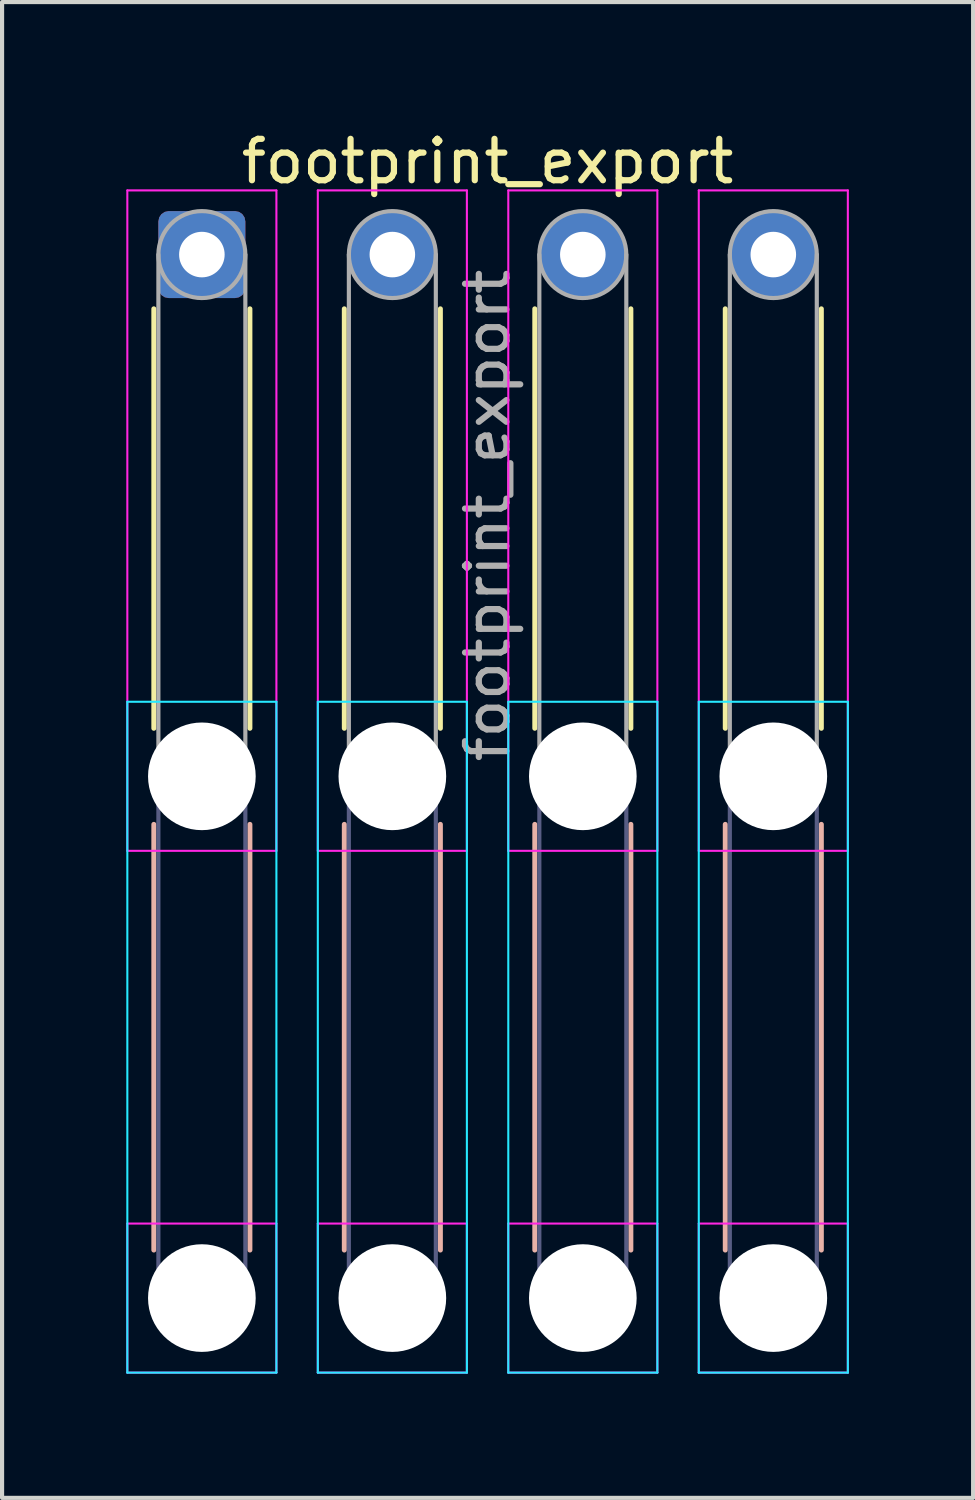
<source format=kicad_pcb>
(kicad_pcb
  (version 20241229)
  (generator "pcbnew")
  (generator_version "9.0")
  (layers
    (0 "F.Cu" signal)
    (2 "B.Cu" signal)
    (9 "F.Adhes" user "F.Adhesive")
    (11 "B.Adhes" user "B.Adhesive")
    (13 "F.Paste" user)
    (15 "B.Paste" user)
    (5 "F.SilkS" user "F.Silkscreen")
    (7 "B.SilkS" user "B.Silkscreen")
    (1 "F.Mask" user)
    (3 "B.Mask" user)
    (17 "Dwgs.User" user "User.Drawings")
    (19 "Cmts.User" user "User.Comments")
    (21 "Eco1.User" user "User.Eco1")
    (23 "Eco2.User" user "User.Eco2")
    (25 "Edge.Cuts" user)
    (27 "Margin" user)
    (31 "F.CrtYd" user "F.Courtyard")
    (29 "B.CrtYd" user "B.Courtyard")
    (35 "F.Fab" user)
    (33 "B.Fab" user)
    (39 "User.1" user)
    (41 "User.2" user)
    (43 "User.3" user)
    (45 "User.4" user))
  (footprint "footprint_export"
    (layer "F.Cu")
    (at 1.825 3.098)
    (property "Reference" "footprint_export" (at 6.9 -2.25 0) (layer "F.SilkS") (effects (font (size 1 1) (thickness 0.15))))
    (attr exclude_from_pos_files exclude_from_bom)
    (fp_line (start -1.16 1.31) (end -1.16 11.44) (stroke (width 0.12) (type solid)) (layer "F.SilkS"))
    (fp_line (start 1.16 1.31) (end 1.16 11.44) (stroke (width 0.12) (type solid)) (layer "F.SilkS"))
    (fp_line (start 3.44 1.31) (end 3.44 11.44) (stroke (width 0.12) (type solid)) (layer "F.SilkS"))
    (fp_line (start 5.76 1.31) (end 5.76 11.44) (stroke (width 0.12) (type solid)) (layer "F.SilkS"))
    (fp_line (start 8.04 1.31) (end 8.04 11.44) (stroke (width 0.12) (type solid)) (layer "F.SilkS"))
    (fp_line (start 10.36 1.31) (end 10.36 11.44) (stroke (width 0.12) (type solid)) (layer "F.SilkS"))
    (fp_line (start 12.64 1.31) (end 12.64 11.44) (stroke (width 0.12) (type solid)) (layer "F.SilkS"))
    (fp_line (start 14.96 1.31) (end 14.96 11.44) (stroke (width 0.12) (type solid)) (layer "F.SilkS"))
    (fp_line (start -1.16 13.76) (end -1.16 24.04) (stroke (width 0.12) (type solid)) (layer "B.SilkS"))
    (fp_line (start 1.16 13.76) (end 1.16 24.04) (stroke (width 0.12) (type solid)) (layer "B.SilkS"))
    (fp_line (start 3.44 13.76) (end 3.44 24.04) (stroke (width 0.12) (type solid)) (layer "B.SilkS"))
    (fp_line (start 5.76 13.76) (end 5.76 24.04) (stroke (width 0.12) (type solid)) (layer "B.SilkS"))
    (fp_line (start 8.04 13.76) (end 8.04 24.04) (stroke (width 0.12) (type solid)) (layer "B.SilkS"))
    (fp_line (start 10.36 13.76) (end 10.36 24.04) (stroke (width 0.12) (type solid)) (layer "B.SilkS"))
    (fp_line (start 12.64 13.76) (end 12.64 24.04) (stroke (width 0.12) (type solid)) (layer "B.SilkS"))
    (fp_line (start 14.96 13.76) (end 14.96 24.04) (stroke (width 0.12) (type solid)) (layer "B.SilkS"))
    (fp_line (start -1.8 10.8) (end -1.8 27) (stroke (width 0.05) (type solid)) (layer "B.CrtYd"))
    (fp_line (start -1.8 27) (end 1.8 27) (stroke (width 0.05) (type solid)) (layer "B.CrtYd"))
    (fp_line (start 1.8 10.8) (end -1.8 10.8) (stroke (width 0.05) (type solid)) (layer "B.CrtYd"))
    (fp_line (start 1.8 27) (end 1.8 10.8) (stroke (width 0.05) (type solid)) (layer "B.CrtYd"))
    (fp_line (start 2.8 10.8) (end 2.8 27) (stroke (width 0.05) (type solid)) (layer "B.CrtYd"))
    (fp_line (start 2.8 27) (end 6.4 27) (stroke (width 0.05) (type solid)) (layer "B.CrtYd"))
    (fp_line (start 6.4 10.8) (end 2.8 10.8) (stroke (width 0.05) (type solid)) (layer "B.CrtYd"))
    (fp_line (start 6.4 27) (end 6.4 10.8) (stroke (width 0.05) (type solid)) (layer "B.CrtYd"))
    (fp_line (start 7.4 10.8) (end 7.4 27) (stroke (width 0.05) (type solid)) (layer "B.CrtYd"))
    (fp_line (start 7.4 27) (end 11 27) (stroke (width 0.05) (type solid)) (layer "B.CrtYd"))
    (fp_line (start 11 10.8) (end 7.4 10.8) (stroke (width 0.05) (type solid)) (layer "B.CrtYd"))
    (fp_line (start 11 27) (end 11 10.8) (stroke (width 0.05) (type solid)) (layer "B.CrtYd"))
    (fp_line (start 12 10.8) (end 12 27) (stroke (width 0.05) (type solid)) (layer "B.CrtYd"))
    (fp_line (start 12 27) (end 15.6 27) (stroke (width 0.05) (type solid)) (layer "B.CrtYd"))
    (fp_line (start 15.6 10.8) (end 12 10.8) (stroke (width 0.05) (type solid)) (layer "B.CrtYd"))
    (fp_line (start 15.6 27) (end 15.6 10.8) (stroke (width 0.05) (type solid)) (layer "B.CrtYd"))
    (fp_line (start -1.8 -1.55) (end -1.8 14.4) (stroke (width 0.05) (type solid)) (layer "F.CrtYd"))
    (fp_line (start -1.8 14.4) (end 1.8 14.4) (stroke (width 0.05) (type solid)) (layer "F.CrtYd"))
    (fp_line (start -1.8 23.4) (end -1.8 27) (stroke (width 0.05) (type solid)) (layer "F.CrtYd"))
    (fp_line (start -1.8 27) (end 1.8 27) (stroke (width 0.05) (type solid)) (layer "F.CrtYd"))
    (fp_line (start 1.8 -1.55) (end -1.8 -1.55) (stroke (width 0.05) (type solid)) (layer "F.CrtYd"))
    (fp_line (start 1.8 14.4) (end 1.8 -1.55) (stroke (width 0.05) (type solid)) (layer "F.CrtYd"))
    (fp_line (start 1.8 23.4) (end -1.8 23.4) (stroke (width 0.05) (type solid)) (layer "F.CrtYd"))
    (fp_line (start 1.8 27) (end 1.8 23.4) (stroke (width 0.05) (type solid)) (layer "F.CrtYd"))
    (fp_line (start 2.8 -1.55) (end 2.8 14.4) (stroke (width 0.05) (type solid)) (layer "F.CrtYd"))
    (fp_line (start 2.8 14.4) (end 6.4 14.4) (stroke (width 0.05) (type solid)) (layer "F.CrtYd"))
    (fp_line (start 2.8 23.4) (end 2.8 27) (stroke (width 0.05) (type solid)) (layer "F.CrtYd"))
    (fp_line (start 2.8 27) (end 6.4 27) (stroke (width 0.05) (type solid)) (layer "F.CrtYd"))
    (fp_line (start 6.4 -1.55) (end 2.8 -1.55) (stroke (width 0.05) (type solid)) (layer "F.CrtYd"))
    (fp_line (start 6.4 14.4) (end 6.4 -1.55) (stroke (width 0.05) (type solid)) (layer "F.CrtYd"))
    (fp_line (start 6.4 23.4) (end 2.8 23.4) (stroke (width 0.05) (type solid)) (layer "F.CrtYd"))
    (fp_line (start 6.4 27) (end 6.4 23.4) (stroke (width 0.05) (type solid)) (layer "F.CrtYd"))
    (fp_line (start 7.4 -1.55) (end 7.4 14.4) (stroke (width 0.05) (type solid)) (layer "F.CrtYd"))
    (fp_line (start 7.4 14.4) (end 11 14.4) (stroke (width 0.05) (type solid)) (layer "F.CrtYd"))
    (fp_line (start 7.4 23.4) (end 7.4 27) (stroke (width 0.05) (type solid)) (layer "F.CrtYd"))
    (fp_line (start 7.4 27) (end 11 27) (stroke (width 0.05) (type solid)) (layer "F.CrtYd"))
    (fp_line (start 11 -1.55) (end 7.4 -1.55) (stroke (width 0.05) (type solid)) (layer "F.CrtYd"))
    (fp_line (start 11 14.4) (end 11 -1.55) (stroke (width 0.05) (type solid)) (layer "F.CrtYd"))
    (fp_line (start 11 23.4) (end 7.4 23.4) (stroke (width 0.05) (type solid)) (layer "F.CrtYd"))
    (fp_line (start 11 27) (end 11 23.4) (stroke (width 0.05) (type solid)) (layer "F.CrtYd"))
    (fp_line (start 12 -1.55) (end 12 14.4) (stroke (width 0.05) (type solid)) (layer "F.CrtYd"))
    (fp_line (start 12 14.4) (end 15.6 14.4) (stroke (width 0.05) (type solid)) (layer "F.CrtYd"))
    (fp_line (start 12 23.4) (end 12 27) (stroke (width 0.05) (type solid)) (layer "F.CrtYd"))
    (fp_line (start 12 27) (end 15.6 27) (stroke (width 0.05) (type solid)) (layer "F.CrtYd"))
    (fp_line (start 15.6 -1.55) (end 12 -1.55) (stroke (width 0.05) (type solid)) (layer "F.CrtYd"))
    (fp_line (start 15.6 14.4) (end 15.6 -1.55) (stroke (width 0.05) (type solid)) (layer "F.CrtYd"))
    (fp_line (start 15.6 23.4) (end 12 23.4) (stroke (width 0.05) (type solid)) (layer "F.CrtYd"))
    (fp_line (start 15.6 27) (end 15.6 23.4) (stroke (width 0.05) (type solid)) (layer "F.CrtYd"))
    (fp_line (start -1.05 12.6) (end -1.05 25.2) (stroke (width 0.1) (type solid)) (layer "B.Fab"))
    (fp_line (start 1.05 12.6) (end 1.05 25.2) (stroke (width 0.1) (type solid)) (layer "B.Fab"))
    (fp_line (start 3.55 12.6) (end 3.55 25.2) (stroke (width 0.1) (type solid)) (layer "B.Fab"))
    (fp_line (start 5.65 12.6) (end 5.65 25.2) (stroke (width 0.1) (type solid)) (layer "B.Fab"))
    (fp_line (start 8.15 12.6) (end 8.15 25.2) (stroke (width 0.1) (type solid)) (layer "B.Fab"))
    (fp_line (start 10.25 12.6) (end 10.25 25.2) (stroke (width 0.1) (type solid)) (layer "B.Fab"))
    (fp_line (start 12.75 12.6) (end 12.75 25.2) (stroke (width 0.1) (type solid)) (layer "B.Fab"))
    (fp_line (start 14.85 12.6) (end 14.85 25.2) (stroke (width 0.1) (type solid)) (layer "B.Fab"))
    (fp_circle (center 0 12.6) (end 1.05 12.6) (stroke (width 0.1) (type solid)) (fill no) (layer "B.Fab"))
    (fp_circle (center 0 25.2) (end 1.05 25.2) (stroke (width 0.1) (type solid)) (fill no) (layer "B.Fab"))
    (fp_circle (center 4.6 12.6) (end 5.65 12.6) (stroke (width 0.1) (type solid)) (fill no) (layer "B.Fab"))
    (fp_circle (center 4.6 25.2) (end 5.65 25.2) (stroke (width 0.1) (type solid)) (fill no) (layer "B.Fab"))
    (fp_circle (center 9.2 12.6) (end 10.25 12.6) (stroke (width 0.1) (type solid)) (fill no) (layer "B.Fab"))
    (fp_circle (center 9.2 25.2) (end 10.25 25.2) (stroke (width 0.1) (type solid)) (fill no) (layer "B.Fab"))
    (fp_circle (center 13.8 12.6) (end 14.85 12.6) (stroke (width 0.1) (type solid)) (fill no) (layer "B.Fab"))
    (fp_circle (center 13.8 25.2) (end 14.85 25.2) (stroke (width 0.1) (type solid)) (fill no) (layer "B.Fab"))
    (fp_line (start -1.05 0) (end -1.05 12.6) (stroke (width 0.1) (type solid)) (layer "F.Fab"))
    (fp_line (start 1.05 0) (end 1.05 12.6) (stroke (width 0.1) (type solid)) (layer "F.Fab"))
    (fp_line (start 3.55 0) (end 3.55 12.6) (stroke (width 0.1) (type solid)) (layer "F.Fab"))
    (fp_line (start 5.65 0) (end 5.65 12.6) (stroke (width 0.1) (type solid)) (layer "F.Fab"))
    (fp_line (start 8.15 0) (end 8.15 12.6) (stroke (width 0.1) (type solid)) (layer "F.Fab"))
    (fp_line (start 10.25 0) (end 10.25 12.6) (stroke (width 0.1) (type solid)) (layer "F.Fab"))
    (fp_line (start 12.75 0) (end 12.75 12.6) (stroke (width 0.1) (type solid)) (layer "F.Fab"))
    (fp_line (start 14.85 0) (end 14.85 12.6) (stroke (width 0.1) (type solid)) (layer "F.Fab"))
    (fp_circle (center 0 0) (end 1.05 0) (stroke (width 0.1) (type solid)) (fill no) (layer "F.Fab"))
    (fp_circle (center 0 12.6) (end 1.05 12.6) (stroke (width 0.1) (type solid)) (fill no) (layer "F.Fab"))
    (fp_circle (center 0 25.2) (end 1.05 25.2) (stroke (width 0.1) (type solid)) (fill no) (layer "F.Fab"))
    (fp_circle (center 4.6 0) (end 5.65 0) (stroke (width 0.1) (type solid)) (fill no) (layer "F.Fab"))
    (fp_circle (center 4.6 12.6) (end 5.65 12.6) (stroke (width 0.1) (type solid)) (fill no) (layer "F.Fab"))
    (fp_circle (center 4.6 25.2) (end 5.65 25.2) (stroke (width 0.1) (type solid)) (fill no) (layer "F.Fab"))
    (fp_circle (center 9.2 0) (end 10.25 0) (stroke (width 0.1) (type solid)) (fill no) (layer "F.Fab"))
    (fp_circle (center 9.2 12.6) (end 10.25 12.6) (stroke (width 0.1) (type solid)) (fill no) (layer "F.Fab"))
    (fp_circle (center 9.2 25.2) (end 10.25 25.2) (stroke (width 0.1) (type solid)) (fill no) (layer "F.Fab"))
    (fp_circle (center 13.8 0) (end 14.85 0) (stroke (width 0.1) (type solid)) (fill no) (layer "F.Fab"))
    (fp_circle (center 13.8 12.6) (end 14.85 12.6) (stroke (width 0.1) (type solid)) (fill no) (layer "F.Fab"))
    (fp_circle (center 13.8 25.2) (end 14.85 25.2) (stroke (width 0.1) (type solid)) (fill no) (layer "F.Fab"))
    (fp_text user "${REFERENCE}" (at 6.9 6.3 90) (layer "F.Fab") (effects (font (size 1 1) (thickness 0.15))))
    (pad "" np_thru_hole circle (at 0 12.6) (size 2.6 2.6) (drill 2.6) (layers "*.Cu" "*.Mask"))
    (pad "" np_thru_hole circle (at 0 25.2) (size 2.6 2.6) (drill 2.6) (layers "*.Cu" "*.Mask"))
    (pad "" np_thru_hole circle (at 4.6 12.6) (size 2.6 2.6) (drill 2.6) (layers "*.Cu" "*.Mask"))
    (pad "" np_thru_hole circle (at 4.6 25.2) (size 2.6 2.6) (drill 2.6) (layers "*.Cu" "*.Mask"))
    (pad "" np_thru_hole circle (at 9.2 12.6) (size 2.6 2.6) (drill 2.6) (layers "*.Cu" "*.Mask"))
    (pad "" np_thru_hole circle (at 9.2 25.2) (size 2.6 2.6) (drill 2.6) (layers "*.Cu" "*.Mask"))
    (pad "" np_thru_hole circle (at 13.8 12.6) (size 2.6 2.6) (drill 2.6) (layers "*.Cu" "*.Mask"))
    (pad "" np_thru_hole circle (at 13.8 25.2) (size 2.6 2.6) (drill 2.6) (layers "*.Cu" "*.Mask"))
    (pad "1" thru_hole roundrect (at 0 0) (size 2.1 2.1) (drill 1.1) (layers "*.Cu" "*.Mask") (roundrect_rratio 0.119))
    (pad "2" thru_hole circle (at 4.6 0) (size 2.1 2.1) (drill 1.1) (layers "*.Cu" "*.Mask"))
    (pad "3" thru_hole circle (at 9.2 0) (size 2.1 2.1) (drill 1.1) (layers "*.Cu" "*.Mask"))
    (pad "4" thru_hole circle (at 13.8 0) (size 2.1 2.1) (drill 1.1) (layers "*.Cu" "*.Mask")))
  (gr_rect
    (start -3 -3)
    (end 20.45 33.123)
    (stroke (width 0.1) (type default))
    (fill no)
    (layer "Edge.Cuts")))
</source>
